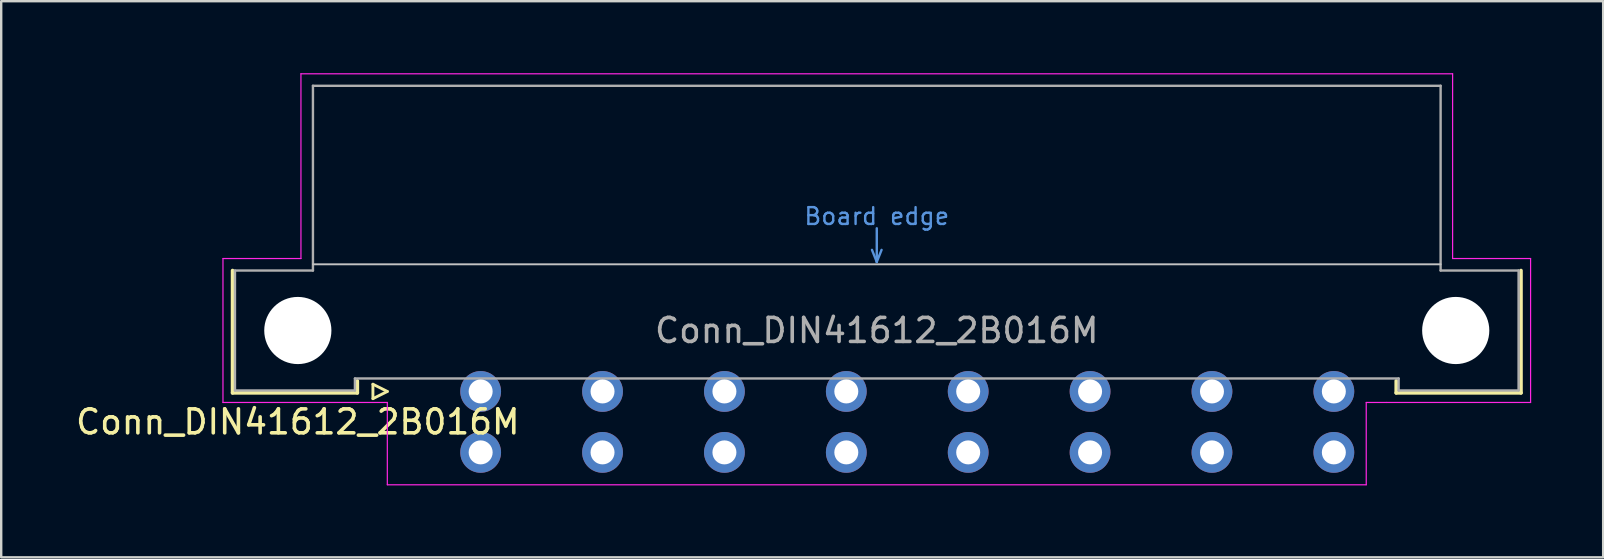
<source format=kicad_pcb>
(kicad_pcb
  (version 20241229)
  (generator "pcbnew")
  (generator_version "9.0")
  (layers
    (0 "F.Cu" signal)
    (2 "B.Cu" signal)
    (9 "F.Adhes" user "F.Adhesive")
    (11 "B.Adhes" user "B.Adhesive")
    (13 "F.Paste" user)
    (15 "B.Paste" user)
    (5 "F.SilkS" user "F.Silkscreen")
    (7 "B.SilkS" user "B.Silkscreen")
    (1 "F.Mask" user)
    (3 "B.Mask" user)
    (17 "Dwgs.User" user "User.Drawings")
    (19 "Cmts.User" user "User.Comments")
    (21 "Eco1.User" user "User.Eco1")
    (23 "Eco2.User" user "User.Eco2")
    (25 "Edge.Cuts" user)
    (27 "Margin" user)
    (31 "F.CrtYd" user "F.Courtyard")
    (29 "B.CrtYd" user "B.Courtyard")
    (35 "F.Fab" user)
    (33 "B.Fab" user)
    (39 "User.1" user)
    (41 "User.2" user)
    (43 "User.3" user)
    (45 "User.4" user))
  (footprint "Conn_DIN41612_2B016M"
    (layer "F.Cu")
    (at 14.443 13.265)
    (property "Reference" "Conn_DIN41612_2B016M" (at -5.08 1.27 0) (layer "F.SilkS") (effects (font (size 1 1) (thickness 0.15))))
    (attr through_hole)
    (fp_line (start -7.8 0.06) (end -7.8 -5.04) (stroke (width 0.15) (type solid)) (layer "F.SilkS"))
    (fp_line (start -2.6 -0.44) (end -2.6 0.06) (stroke (width 0.15) (type solid)) (layer "F.SilkS"))
    (fp_line (start -2.6 0.06) (end -7.8 0.06) (stroke (width 0.15) (type solid)) (layer "F.SilkS"))
    (fp_line (start -1.95 -0.3) (end -1.95 0.3) (stroke (width 0.12) (type solid)) (layer "F.SilkS"))
    (fp_line (start -1.95 0.3) (end -1.35 0) (stroke (width 0.12) (type solid)) (layer "F.SilkS"))
    (fp_line (start -1.35 0) (end -1.95 -0.3) (stroke (width 0.12) (type solid)) (layer "F.SilkS"))
    (fp_line (start 40.7 -0.44) (end 40.7 0.06) (stroke (width 0.15) (type solid)) (layer "F.SilkS"))
    (fp_line (start 40.7 0.06) (end 45.9 0.06) (stroke (width 0.15) (type solid)) (layer "F.SilkS"))
    (fp_line (start 45.9 0.06) (end 45.9 -5.04) (stroke (width 0.15) (type solid)) (layer "F.SilkS"))
    (fp_line (start -4.45 -5.3) (end 42.55 -5.3) (stroke (width 0.08) (type solid)) (layer "Dwgs.User"))
    (fp_line (start 18.85 -5.9) (end 19.05 -5.4) (stroke (width 0.1) (type solid)) (layer "Cmts.User"))
    (fp_line (start 19.05 -6.8) (end 19.05 -5.4) (stroke (width 0.1) (type solid)) (layer "Cmts.User"))
    (fp_line (start 19.05 -5.4) (end 19.25 -5.9) (stroke (width 0.1) (type solid)) (layer "Cmts.User"))
    (fp_line (start -8.2 -5.54) (end -4.95 -5.54) (stroke (width 0.05) (type solid)) (layer "F.CrtYd"))
    (fp_line (start -8.2 0.46) (end -8.2 -5.54) (stroke (width 0.05) (type solid)) (layer "F.CrtYd"))
    (fp_line (start -4.95 -13.24) (end 43.05 -13.24) (stroke (width 0.05) (type solid)) (layer "F.CrtYd"))
    (fp_line (start -4.95 -5.54) (end -4.95 -13.24) (stroke (width 0.05) (type solid)) (layer "F.CrtYd"))
    (fp_line (start -1.35 0.46) (end -8.2 0.46) (stroke (width 0.05) (type solid)) (layer "F.CrtYd"))
    (fp_line (start -1.35 3.89) (end -1.35 0.46) (stroke (width 0.05) (type solid)) (layer "F.CrtYd"))
    (fp_line (start 39.45 0.46) (end 39.45 3.89) (stroke (width 0.05) (type solid)) (layer "F.CrtYd"))
    (fp_line (start 39.45 3.89) (end -1.35 3.89) (stroke (width 0.05) (type solid)) (layer "F.CrtYd"))
    (fp_line (start 40.3 0.46) (end 39.45 0.46) (stroke (width 0.05) (type solid)) (layer "F.CrtYd"))
    (fp_line (start 43.05 -13.24) (end 43.05 -5.54) (stroke (width 0.05) (type solid)) (layer "F.CrtYd"))
    (fp_line (start 43.05 -5.54) (end 46.3 -5.54) (stroke (width 0.05) (type solid)) (layer "F.CrtYd"))
    (fp_line (start 46.3 -5.54) (end 46.3 0.46) (stroke (width 0.05) (type solid)) (layer "F.CrtYd"))
    (fp_line (start 46.3 0.46) (end 40.3 0.46) (stroke (width 0.05) (type solid)) (layer "F.CrtYd"))
    (fp_line (start -7.7 -5.04) (end -4.45 -5.04) (stroke (width 0.1) (type solid)) (layer "F.Fab"))
    (fp_line (start -7.7 -0.04) (end -7.7 -5.04) (stroke (width 0.1) (type solid)) (layer "F.Fab"))
    (fp_line (start -4.45 -12.74) (end 42.55 -12.74) (stroke (width 0.1) (type solid)) (layer "F.Fab"))
    (fp_line (start -4.45 -5.04) (end -4.45 -12.74) (stroke (width 0.1) (type solid)) (layer "F.Fab"))
    (fp_line (start -2.7 -0.54) (end -2.7 -0.04) (stroke (width 0.1) (type solid)) (layer "F.Fab"))
    (fp_line (start -2.7 -0.04) (end -7.7 -0.04) (stroke (width 0.1) (type solid)) (layer "F.Fab"))
    (fp_line (start 40.8 -0.54) (end -2.7 -0.54) (stroke (width 0.1) (type solid)) (layer "F.Fab"))
    (fp_line (start 40.8 -0.04) (end 40.8 -0.54) (stroke (width 0.1) (type solid)) (layer "F.Fab"))
    (fp_line (start 42.55 -12.74) (end 42.55 -5.04) (stroke (width 0.1) (type solid)) (layer "F.Fab"))
    (fp_line (start 42.55 -5.04) (end 45.8 -5.04) (stroke (width 0.1) (type solid)) (layer "F.Fab"))
    (fp_line (start 45.8 -5.04) (end 45.8 -0.04) (stroke (width 0.1) (type solid)) (layer "F.Fab"))
    (fp_line (start 45.8 -0.04) (end 40.8 -0.04) (stroke (width 0.1) (type solid)) (layer "F.Fab"))
    (fp_text user "Board edge" (at 19.05 -7.3 0) (layer "Cmts.User") (effects (font (size 0.7 0.7) (thickness 0.1))))
    (fp_text user "${REFERENCE}" (at 19.05 -2.54 0) (layer "F.Fab") (effects (font (size 1 1) (thickness 0.15))))
    (pad "" np_thru_hole circle (at -5.08 -2.54) (size 2.8 2.8) (drill 2.8) (layers "*.Cu" "*.Mask"))
    (pad "" np_thru_hole circle (at 43.18 -2.54) (size 2.8 2.8) (drill 2.8) (layers "*.Cu" "*.Mask"))
    (pad "A2" thru_hole circle (at 2.54 0) (size 1.7 1.7) (drill 1) (layers "*.Cu" "*.Mask"))
    (pad "A4" thru_hole circle (at 7.62 0) (size 1.7 1.7) (drill 1) (layers "*.Cu" "*.Mask"))
    (pad "A6" thru_hole circle (at 12.7 0) (size 1.7 1.7) (drill 1) (layers "*.Cu" "*.Mask"))
    (pad "A8" thru_hole circle (at 17.78 0) (size 1.7 1.7) (drill 1) (layers "*.Cu" "*.Mask"))
    (pad "A10" thru_hole circle (at 22.86 0) (size 1.7 1.7) (drill 1) (layers "*.Cu" "*.Mask"))
    (pad "A12" thru_hole circle (at 27.94 0) (size 1.7 1.7) (drill 1) (layers "*.Cu" "*.Mask"))
    (pad "A14" thru_hole circle (at 33.02 0) (size 1.7 1.7) (drill 1) (layers "*.Cu" "*.Mask"))
    (pad "A16" thru_hole circle (at 38.1 0) (size 1.7 1.7) (drill 1) (layers "*.Cu" "*.Mask"))
    (pad "B2" thru_hole circle (at 2.54 2.54) (size 1.7 1.7) (drill 1) (layers "*.Cu" "*.Mask"))
    (pad "B4" thru_hole circle (at 7.62 2.54) (size 1.7 1.7) (drill 1) (layers "*.Cu" "*.Mask"))
    (pad "B6" thru_hole circle (at 12.7 2.54) (size 1.7 1.7) (drill 1) (layers "*.Cu" "*.Mask"))
    (pad "B8" thru_hole circle (at 17.78 2.54) (size 1.7 1.7) (drill 1) (layers "*.Cu" "*.Mask"))
    (pad "B10" thru_hole circle (at 22.86 2.54) (size 1.7 1.7) (drill 1) (layers "*.Cu" "*.Mask"))
    (pad "B12" thru_hole circle (at 27.94 2.54) (size 1.7 1.7) (drill 1) (layers "*.Cu" "*.Mask"))
    (pad "B14" thru_hole circle (at 33.02 2.54) (size 1.7 1.7) (drill 1) (layers "*.Cu" "*.Mask"))
    (pad "B16" thru_hole circle (at 38.1 2.54) (size 1.7 1.7) (drill 1) (layers "*.Cu" "*.Mask")))
  (gr_rect
    (start -3 -3)
    (end 63.768 20.18)
    (stroke (width 0.1) (type default))
    (fill no)
    (layer "Edge.Cuts")))
</source>
